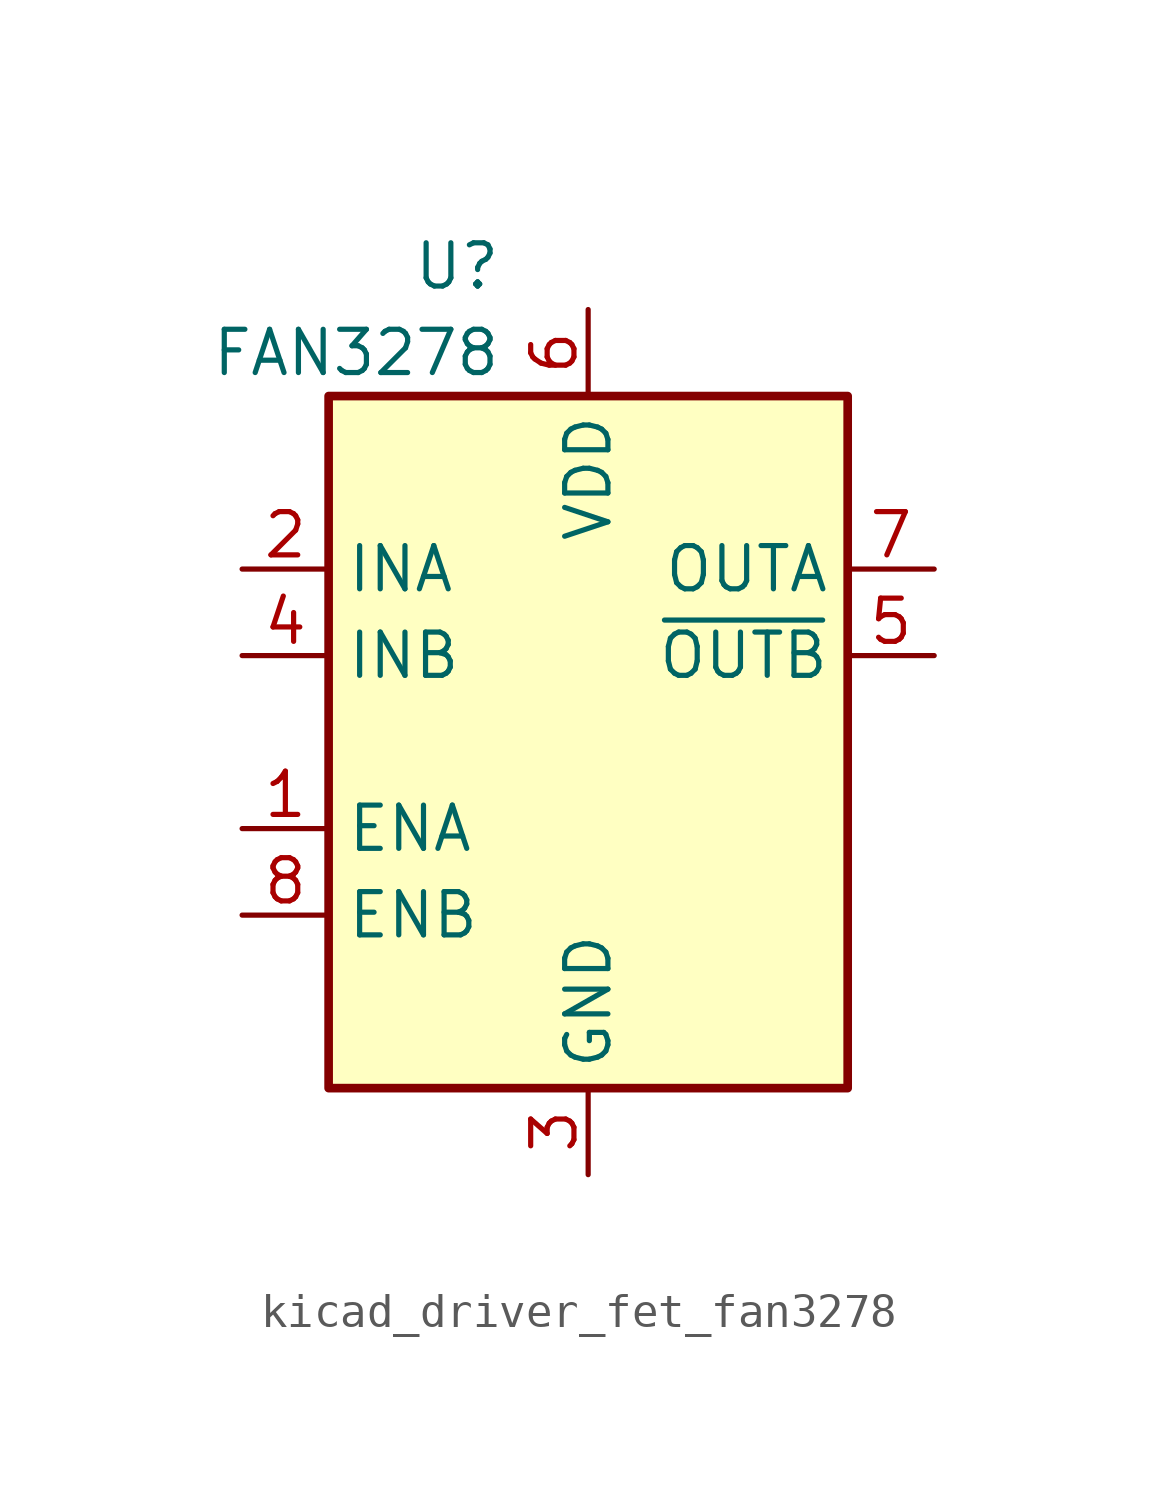
<source format=kicad_sym>
(kicad_symbol_lib
  (version 20220914)
  (generator kicad_symbol_editor)
  (symbol "kicad_driver_fet_fan3278"
    (property "Reference" "U"
      (at -2.54 13.97 0)
      (effects (font (size 1.27 1.27)) (justify right)))
    (property "Value" "FAN3278"
      (at -2.54 11.43 0)
      (effects (font (size 1.27 1.27)) (justify right)))
    (symbol "kicad_driver_fet_fan3278_0_1"
      (rectangle (start -7.62 10.16) (end 7.62 -10.16) (stroke (width 0.254) (type default)) (fill (type background))))
    (symbol "kicad_driver_fet_fan3278_1_1"
      (pin input line (at -10.16 -2.54 0) (length 2.54) (name "ENA" (effects (font (size 1.27 1.27)))) (number "1" (effects (font (size 1.27 1.27)))))
      (pin input line (at -10.16 5.08 0) (length 2.54) (name "INA" (effects (font (size 1.27 1.27)))) (number "2" (effects (font (size 1.27 1.27)))))
      (pin power_in line (at 0 -12.7 90) (length 2.54) (name "GND" (effects (font (size 1.27 1.27)))) (number "3" (effects (font (size 1.27 1.27)))))
      (pin input line (at -10.16 2.54 0) (length 2.54) (name "INB" (effects (font (size 1.27 1.27)))) (number "4" (effects (font (size 1.27 1.27)))))
      (pin output line (at 10.16 2.54 180) (length 2.54) (name "~{OUTB}" (effects (font (size 1.27 1.27)))) (number "5" (effects (font (size 1.27 1.27)))))
      (pin power_in line (at 0 12.7 270) (length 2.54) (name "VDD" (effects (font (size 1.27 1.27)))) (number "6" (effects (font (size 1.27 1.27)))))
      (pin output line (at 10.16 5.08 180) (length 2.54) (name "OUTA" (effects (font (size 1.27 1.27)))) (number "7" (effects (font (size 1.27 1.27)))))
      (pin input line (at -10.16 -5.08 0) (length 2.54) (name "ENB" (effects (font (size 1.27 1.27)))) (number "8" (effects (font (size 1.27 1.27))))))))
</source>
